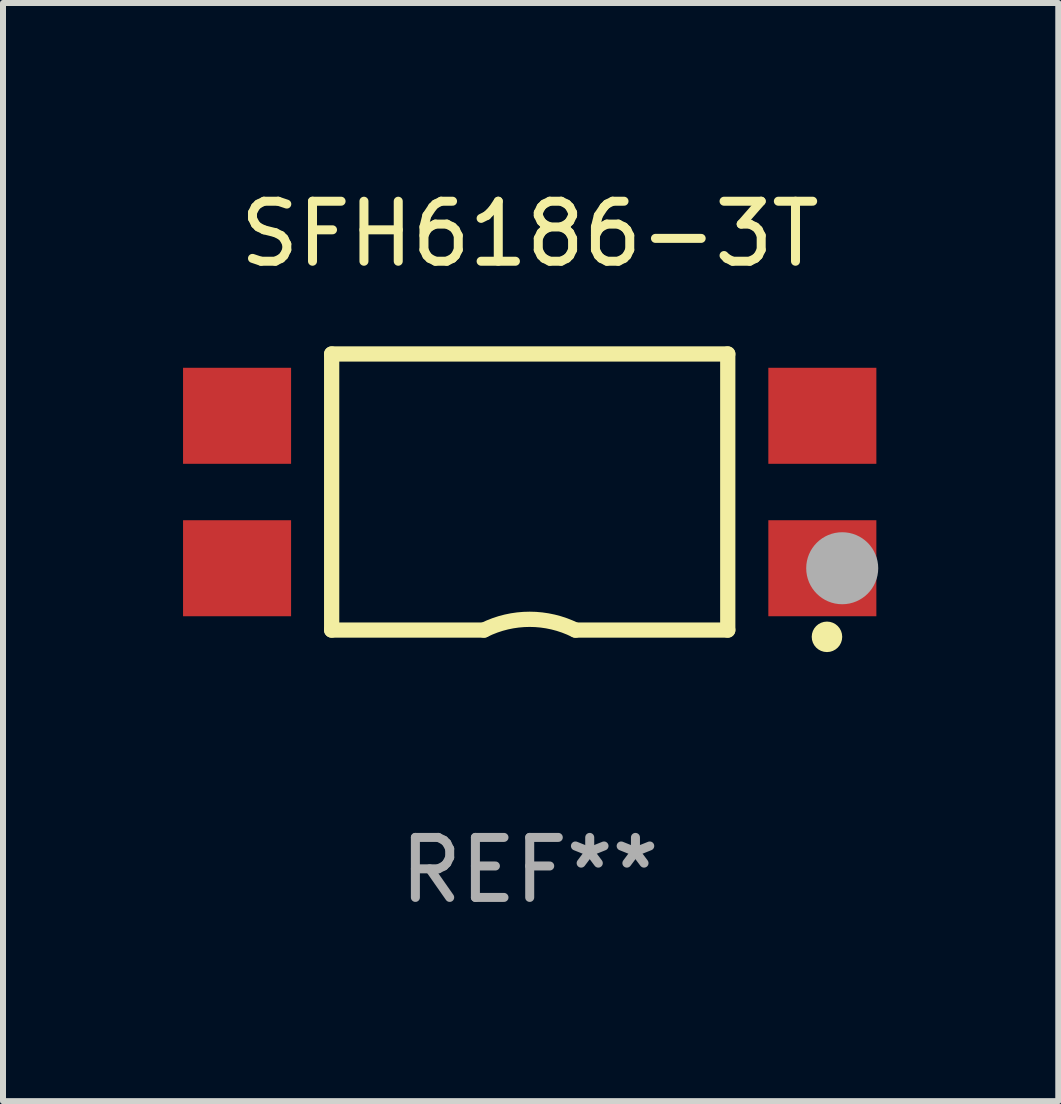
<source format=kicad_pcb>
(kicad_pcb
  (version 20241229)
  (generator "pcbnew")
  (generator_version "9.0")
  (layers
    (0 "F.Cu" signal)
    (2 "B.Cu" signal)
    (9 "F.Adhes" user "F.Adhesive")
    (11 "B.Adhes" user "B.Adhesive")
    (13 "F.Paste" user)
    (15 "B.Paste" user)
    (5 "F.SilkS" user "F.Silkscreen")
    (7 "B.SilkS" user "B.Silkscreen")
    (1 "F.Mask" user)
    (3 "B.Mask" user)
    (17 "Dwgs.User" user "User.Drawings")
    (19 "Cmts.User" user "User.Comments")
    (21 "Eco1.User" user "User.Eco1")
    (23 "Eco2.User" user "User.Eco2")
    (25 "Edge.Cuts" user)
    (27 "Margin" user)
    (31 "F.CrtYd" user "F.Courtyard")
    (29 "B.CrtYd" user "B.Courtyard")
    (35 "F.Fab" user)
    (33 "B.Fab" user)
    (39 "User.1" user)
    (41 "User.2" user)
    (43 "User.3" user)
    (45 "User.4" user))
  (footprint "SFH6186-3T"
    (layer "F.Cu")
    (at 5.776 5.148)
    (property "Reference" "SFH6186-3T" (at 0 -4.3 0) (layer "F.SilkS") (effects (font (size 1 1) (thickness 0.15))))
    (attr through_hole)
    (fp_line (start -3.3 -2.3) (end 3.3 -2.3) (stroke (width 0.254) (type solid)) (layer "F.SilkS"))
    (fp_line (start -3.3 2.3) (end -3.3 -2.3) (stroke (width 0.254) (type solid)) (layer "F.SilkS"))
    (fp_line (start -3.3 2.3) (end -0.762 2.3) (stroke (width 0.254) (type solid)) (layer "F.SilkS"))
    (fp_line (start 3.3 -2.3) (end 3.3 2.3) (stroke (width 0.254) (type solid)) (layer "F.SilkS"))
    (fp_line (start 3.3 2.3) (end 0.762 2.3) (stroke (width 0.254) (type solid)) (layer "F.SilkS"))
    (fp_arc (start -0.761976 2.300025) (mid 0.000169 2.120943) (end 0.762027 2.301244) (stroke (width 0.254001) (type solid)) (layer "F.SilkS"))
    (fp_circle (center 4.953 2.413) (end 5.08 2.413) (stroke (width 0.254) (type solid)) (fill no) (layer "F.SilkS"))
    (fp_circle (center 5 2.3) (end 5.03 2.3) (stroke (width 0.06) (type solid)) (fill no) (layer "F.SilkS"))
    (fp_arc (start 5.334138 1.270104) (mid 5.461138 1.240123) (end 5.588139 1.270104) (stroke (width 0.254001) (type solid)) (layer "F.Fab"))
    (fp_circle (center 5.207 1.27) (end 5.507 1.27) (stroke (width 0.6) (type solid)) (fill no) (layer "F.Fab"))
    (fp_text user "REF**" (at 0 6.3 0) (layer "F.Fab") (effects (font (size 1 1) (thickness 0.15))))
    (pad "1" smd rect (at 4.876 1.27) (size 1.8 1.6) (layers "F.Cu" "F.Mask" "F.Paste"))
    (pad "2" smd rect (at 4.876 -1.27) (size 1.8 1.6) (layers "F.Cu" "F.Mask" "F.Paste"))
    (pad "3" smd rect (at -4.876 -1.27) (size 1.8 1.6) (layers "F.Cu" "F.Mask" "F.Paste"))
    (pad "4" smd rect (at -4.876 1.27) (size 1.8 1.6) (layers "F.Cu" "F.Mask" "F.Paste")))
  (gr_rect
    (start -3 -3)
    (end 14.583 15.297)
    (stroke (width 0.1) (type default))
    (fill no)
    (layer "Edge.Cuts")))
</source>
